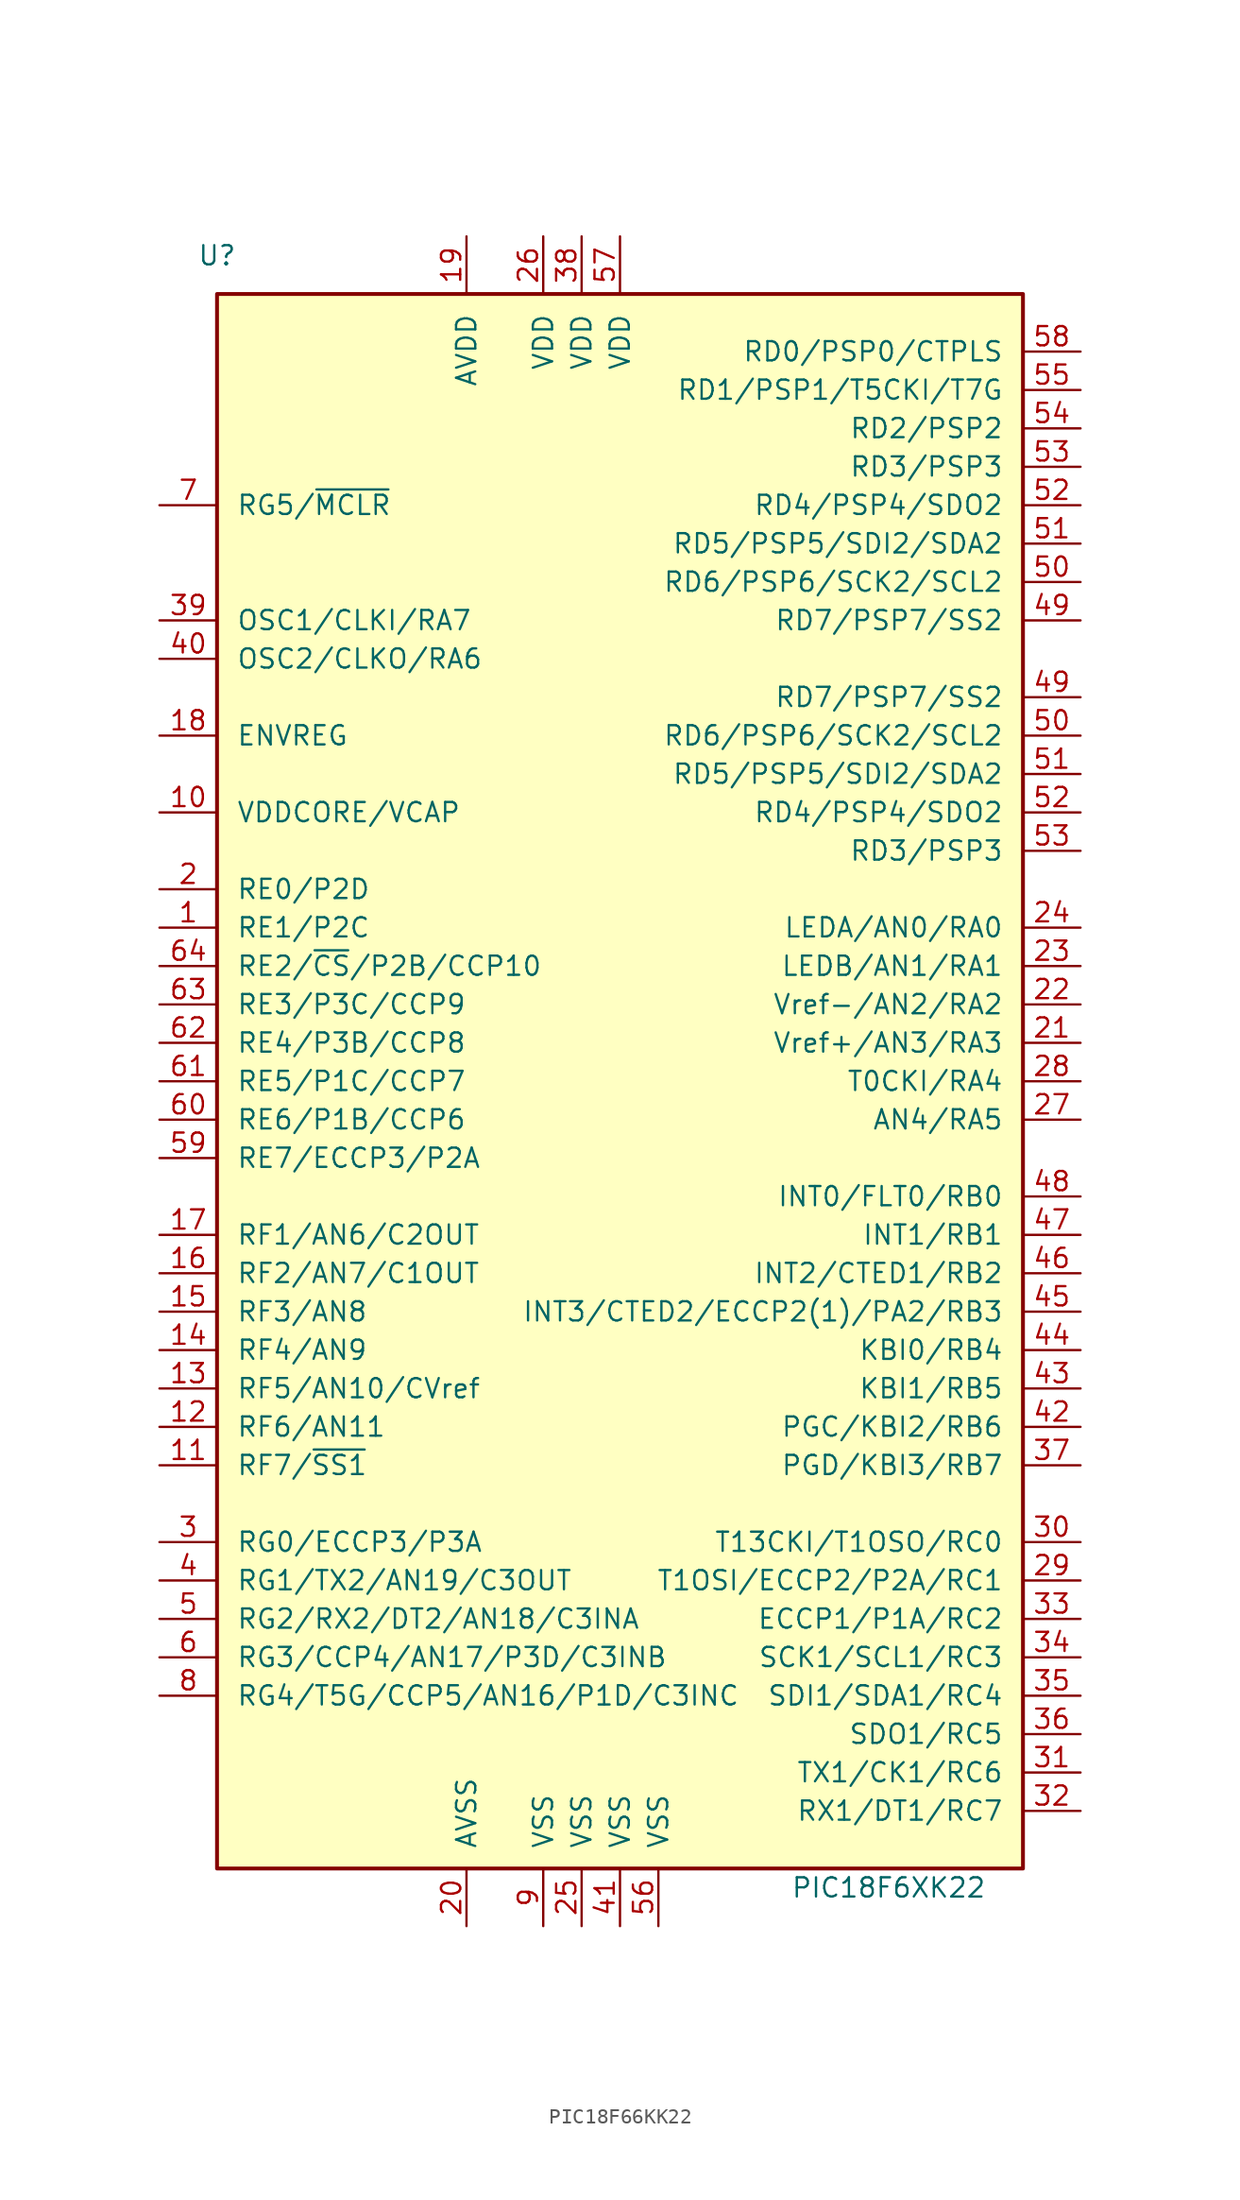
<source format=kicad_sym>
(kicad_symbol_lib
  (version 20220914)
  (generator kicad_symbol_editor)
  (symbol "PIC18F66KK22"
    (pin_names
      (offset 1.27))
    (property "Reference" "U"
      (at -26.67 59.69 0)
      (effects (font (size 1.27 1.27))))
    (property "Value" "PIC18F6XK22"
      (at 17.78 -48.26 0)
      (effects (font (size 1.27 1.27))))
    (symbol "PIC18F66KK22_0_1"
      (rectangle (start -26.67 57.15) (end 26.67 -46.99) (stroke (width 0.254) (type default)) (fill (type background))))
    (symbol "PIC18F66KK22_1_1"
      (pin bidirectional line (at -30.48 15.24 0) (length 3.81) (name "RE1/P2C" (effects (font (size 1.27 1.27)))) (number "1" (effects (font (size 1.27 1.27)))))
      (pin passive line (at -30.48 22.86 0) (length 3.81) (name "VDDCORE/VCAP" (effects (font (size 1.27 1.27)))) (number "10" (effects (font (size 1.27 1.27)))))
      (pin bidirectional line (at -30.48 -20.32 0) (length 3.81) (name "RF7/~{SS1}" (effects (font (size 1.27 1.27)))) (number "11" (effects (font (size 1.27 1.27)))))
      (pin bidirectional line (at -30.48 -17.78 0) (length 3.81) (name "RF6/AN11" (effects (font (size 1.27 1.27)))) (number "12" (effects (font (size 1.27 1.27)))))
      (pin bidirectional line (at -30.48 -15.24 0) (length 3.81) (name "RF5/AN10/CVref" (effects (font (size 1.27 1.27)))) (number "13" (effects (font (size 1.27 1.27)))))
      (pin bidirectional line (at -30.48 -12.7 0) (length 3.81) (name "RF4/AN9" (effects (font (size 1.27 1.27)))) (number "14" (effects (font (size 1.27 1.27)))))
      (pin bidirectional line (at -30.48 -10.16 0) (length 3.81) (name "RF3/AN8" (effects (font (size 1.27 1.27)))) (number "15" (effects (font (size 1.27 1.27)))))
      (pin bidirectional line (at -30.48 -7.62 0) (length 3.81) (name "RF2/AN7/C1OUT" (effects (font (size 1.27 1.27)))) (number "16" (effects (font (size 1.27 1.27)))))
      (pin bidirectional line (at -30.48 -5.08 0) (length 3.81) (name "RF1/AN6/C2OUT" (effects (font (size 1.27 1.27)))) (number "17" (effects (font (size 1.27 1.27)))))
      (pin passive line (at -30.48 27.94 0) (length 3.81) (name "ENVREG" (effects (font (size 1.27 1.27)))) (number "18" (effects (font (size 1.27 1.27)))))
      (pin power_in line (at -10.16 60.96 270) (length 3.81) (name "AVDD" (effects (font (size 1.27 1.27)))) (number "19" (effects (font (size 1.27 1.27)))))
      (pin bidirectional line (at -30.48 17.78 0) (length 3.81) (name "RE0/P2D" (effects (font (size 1.27 1.27)))) (number "2" (effects (font (size 1.27 1.27)))))
      (pin power_in line (at -10.16 -50.8 90) (length 3.81) (name "AVSS" (effects (font (size 1.27 1.27)))) (number "20" (effects (font (size 1.27 1.27)))))
      (pin bidirectional line (at 30.48 7.62 180) (length 3.81) (name "Vref+/AN3/RA3" (effects (font (size 1.27 1.27)))) (number "21" (effects (font (size 1.27 1.27)))))
      (pin bidirectional line (at 30.48 10.16 180) (length 3.81) (name "Vref-/AN2/RA2" (effects (font (size 1.27 1.27)))) (number "22" (effects (font (size 1.27 1.27)))))
      (pin bidirectional line (at 30.48 12.7 180) (length 3.81) (name "LEDB/AN1/RA1" (effects (font (size 1.27 1.27)))) (number "23" (effects (font (size 1.27 1.27)))))
      (pin bidirectional line (at 30.48 15.24 180) (length 3.81) (name "LEDA/AN0/RA0" (effects (font (size 1.27 1.27)))) (number "24" (effects (font (size 1.27 1.27)))))
      (pin power_in line (at -2.54 -50.8 90) (length 3.81) (name "VSS" (effects (font (size 1.27 1.27)))) (number "25" (effects (font (size 1.27 1.27)))))
      (pin power_in line (at -5.08 60.96 270) (length 3.81) (name "VDD" (effects (font (size 1.27 1.27)))) (number "26" (effects (font (size 1.27 1.27)))))
      (pin bidirectional line (at 30.48 2.54 180) (length 3.81) (name "AN4/RA5" (effects (font (size 1.27 1.27)))) (number "27" (effects (font (size 1.27 1.27)))))
      (pin bidirectional line (at 30.48 5.08 180) (length 3.81) (name "T0CKI/RA4" (effects (font (size 1.27 1.27)))) (number "28" (effects (font (size 1.27 1.27)))))
      (pin bidirectional line (at 30.48 -27.94 180) (length 3.81) (name "T1OSI/ECCP2/P2A/RC1" (effects (font (size 1.27 1.27)))) (number "29" (effects (font (size 1.27 1.27)))))
      (pin bidirectional line (at -30.48 -25.4 0) (length 3.81) (name "RG0/ECCP3/P3A" (effects (font (size 1.27 1.27)))) (number "3" (effects (font (size 1.27 1.27)))))
      (pin bidirectional line (at 30.48 -25.4 180) (length 3.81) (name "T13CKI/T1OSO/RC0" (effects (font (size 1.27 1.27)))) (number "30" (effects (font (size 1.27 1.27)))))
      (pin bidirectional line (at 30.48 -40.64 180) (length 3.81) (name "TX1/CK1/RC6" (effects (font (size 1.27 1.27)))) (number "31" (effects (font (size 1.27 1.27)))))
      (pin bidirectional line (at 30.48 -43.18 180) (length 3.81) (name "RX1/DT1/RC7" (effects (font (size 1.27 1.27)))) (number "32" (effects (font (size 1.27 1.27)))))
      (pin bidirectional line (at 30.48 -30.48 180) (length 3.81) (name "ECCP1/P1A/RC2" (effects (font (size 1.27 1.27)))) (number "33" (effects (font (size 1.27 1.27)))))
      (pin bidirectional line (at 30.48 -33.02 180) (length 3.81) (name "SCK1/SCL1/RC3" (effects (font (size 1.27 1.27)))) (number "34" (effects (font (size 1.27 1.27)))))
      (pin bidirectional line (at 30.48 -35.56 180) (length 3.81) (name "SDI1/SDA1/RC4" (effects (font (size 1.27 1.27)))) (number "35" (effects (font (size 1.27 1.27)))))
      (pin bidirectional line (at 30.48 -38.1 180) (length 3.81) (name "SDO1/RC5" (effects (font (size 1.27 1.27)))) (number "36" (effects (font (size 1.27 1.27)))))
      (pin bidirectional line (at 30.48 -20.32 180) (length 3.81) (name "PGD/KBI3/RB7" (effects (font (size 1.27 1.27)))) (number "37" (effects (font (size 1.27 1.27)))))
      (pin power_in line (at -2.54 60.96 270) (length 3.81) (name "VDD" (effects (font (size 1.27 1.27)))) (number "38" (effects (font (size 1.27 1.27)))))
      (pin input line (at -30.48 35.56 0) (length 3.81) (name "OSC1/CLKI/RA7" (effects (font (size 1.27 1.27)))) (number "39" (effects (font (size 1.27 1.27)))))
      (pin bidirectional line (at -30.48 -27.94 0) (length 3.81) (name "RG1/TX2/AN19/C3OUT" (effects (font (size 1.27 1.27)))) (number "4" (effects (font (size 1.27 1.27)))))
      (pin output line (at -30.48 33.02 0) (length 3.81) (name "OSC2/CLKO/RA6" (effects (font (size 1.27 1.27)))) (number "40" (effects (font (size 1.27 1.27)))))
      (pin power_in line (at 0 -50.8 90) (length 3.81) (name "VSS" (effects (font (size 1.27 1.27)))) (number "41" (effects (font (size 1.27 1.27)))))
      (pin bidirectional line (at 30.48 -17.78 180) (length 3.81) (name "PGC/KBI2/RB6" (effects (font (size 1.27 1.27)))) (number "42" (effects (font (size 1.27 1.27)))))
      (pin bidirectional line (at 30.48 -15.24 180) (length 3.81) (name "KBI1/RB5" (effects (font (size 1.27 1.27)))) (number "43" (effects (font (size 1.27 1.27)))))
      (pin bidirectional line (at 30.48 -12.7 180) (length 3.81) (name "KBI0/RB4" (effects (font (size 1.27 1.27)))) (number "44" (effects (font (size 1.27 1.27)))))
      (pin bidirectional line (at 30.48 -10.16 180) (length 3.81) (name "INT3/CTED2/ECCP2(1)/PA2/RB3" (effects (font (size 1.27 1.27)))) (number "45" (effects (font (size 1.27 1.27)))))
      (pin bidirectional line (at 30.48 -7.62 180) (length 3.81) (name "INT2/CTED1/RB2" (effects (font (size 1.27 1.27)))) (number "46" (effects (font (size 1.27 1.27)))))
      (pin bidirectional line (at 30.48 -5.08 180) (length 3.81) (name "INT1/RB1" (effects (font (size 1.27 1.27)))) (number "47" (effects (font (size 1.27 1.27)))))
      (pin bidirectional line (at 30.48 -2.54 180) (length 3.81) (name "INT0/FLT0/RB0" (effects (font (size 1.27 1.27)))) (number "48" (effects (font (size 1.27 1.27)))))
      (pin power_in line (at 30.48 30.48 180) (length 3.81) (name "RD7/PSP7/SS2" (effects (font (size 1.27 1.27)))) (number "49" (effects (font (size 1.27 1.27)))))
      (pin bidirectional line (at 30.48 35.56 180) (length 3.81) (name "RD7/PSP7/SS2" (effects (font (size 1.27 1.27)))) (number "49" (effects (font (size 1.27 1.27)))))
      (pin bidirectional line (at -30.48 -30.48 0) (length 3.81) (name "RG2/RX2/DT2/AN18/C3INA" (effects (font (size 1.27 1.27)))) (number "5" (effects (font (size 1.27 1.27)))))
      (pin passive line (at 30.48 27.94 180) (length 3.81) (name "RD6/PSP6/SCK2/SCL2" (effects (font (size 1.27 1.27)))) (number "50" (effects (font (size 1.27 1.27)))))
      (pin bidirectional line (at 30.48 38.1 180) (length 3.81) (name "RD6/PSP6/SCK2/SCL2" (effects (font (size 1.27 1.27)))) (number "50" (effects (font (size 1.27 1.27)))))
      (pin passive line (at 30.48 25.4 180) (length 3.81) (name "RD5/PSP5/SDI2/SDA2" (effects (font (size 1.27 1.27)))) (number "51" (effects (font (size 1.27 1.27)))))
      (pin bidirectional line (at 30.48 40.64 180) (length 3.81) (name "RD5/PSP5/SDI2/SDA2" (effects (font (size 1.27 1.27)))) (number "51" (effects (font (size 1.27 1.27)))))
      (pin power_in line (at 30.48 22.86 180) (length 3.81) (name "RD4/PSP4/SDO2" (effects (font (size 1.27 1.27)))) (number "52" (effects (font (size 1.27 1.27)))))
      (pin bidirectional line (at 30.48 43.18 180) (length 3.81) (name "RD4/PSP4/SDO2" (effects (font (size 1.27 1.27)))) (number "52" (effects (font (size 1.27 1.27)))))
      (pin passive line (at 30.48 20.32 180) (length 3.81) (name "RD3/PSP3" (effects (font (size 1.27 1.27)))) (number "53" (effects (font (size 1.27 1.27)))))
      (pin bidirectional line (at 30.48 45.72 180) (length 3.81) (name "RD3/PSP3" (effects (font (size 1.27 1.27)))) (number "53" (effects (font (size 1.27 1.27)))))
      (pin bidirectional line (at 30.48 48.26 180) (length 3.81) (name "RD2/PSP2" (effects (font (size 1.27 1.27)))) (number "54" (effects (font (size 1.27 1.27)))))
      (pin bidirectional line (at 30.48 50.8 180) (length 3.81) (name "RD1/PSP1/T5CKI/T7G" (effects (font (size 1.27 1.27)))) (number "55" (effects (font (size 1.27 1.27)))))
      (pin power_in line (at 2.54 -50.8 90) (length 3.81) (name "VSS" (effects (font (size 1.27 1.27)))) (number "56" (effects (font (size 1.27 1.27)))))
      (pin power_in line (at 0 60.96 270) (length 3.81) (name "VDD" (effects (font (size 1.27 1.27)))) (number "57" (effects (font (size 1.27 1.27)))))
      (pin bidirectional line (at 30.48 53.34 180) (length 3.81) (name "RD0/PSP0/CTPLS" (effects (font (size 1.27 1.27)))) (number "58" (effects (font (size 1.27 1.27)))))
      (pin bidirectional line (at -30.48 0 0) (length 3.81) (name "RE7/ECCP3/P2A" (effects (font (size 1.27 1.27)))) (number "59" (effects (font (size 1.27 1.27)))))
      (pin bidirectional line (at -30.48 -33.02 0) (length 3.81) (name "RG3/CCP4/AN17/P3D/C3INB" (effects (font (size 1.27 1.27)))) (number "6" (effects (font (size 1.27 1.27)))))
      (pin bidirectional line (at -30.48 2.54 0) (length 3.81) (name "RE6/P1B/CCP6" (effects (font (size 1.27 1.27)))) (number "60" (effects (font (size 1.27 1.27)))))
      (pin bidirectional line (at -30.48 5.08 0) (length 3.81) (name "RE5/P1C/CCP7" (effects (font (size 1.27 1.27)))) (number "61" (effects (font (size 1.27 1.27)))))
      (pin bidirectional line (at -30.48 7.62 0) (length 3.81) (name "RE4/P3B/CCP8" (effects (font (size 1.27 1.27)))) (number "62" (effects (font (size 1.27 1.27)))))
      (pin bidirectional line (at -30.48 10.16 0) (length 3.81) (name "RE3/P3C/CCP9" (effects (font (size 1.27 1.27)))) (number "63" (effects (font (size 1.27 1.27)))))
      (pin bidirectional line (at -30.48 12.7 0) (length 3.81) (name "RE2/~{CS}/P2B/CCP10" (effects (font (size 1.27 1.27)))) (number "64" (effects (font (size 1.27 1.27)))))
      (pin input line (at -30.48 43.18 0) (length 3.81) (name "RG5/~{MCLR}" (effects (font (size 1.27 1.27)))) (number "7" (effects (font (size 1.27 1.27)))))
      (pin bidirectional line (at -30.48 -35.56 0) (length 3.81) (name "RG4/T5G/CCP5/AN16/P1D/C3INC" (effects (font (size 1.27 1.27)))) (number "8" (effects (font (size 1.27 1.27)))))
      (pin power_in line (at -5.08 -50.8 90) (length 3.81) (name "VSS" (effects (font (size 1.27 1.27)))) (number "9" (effects (font (size 1.27 1.27))))))))
</source>
